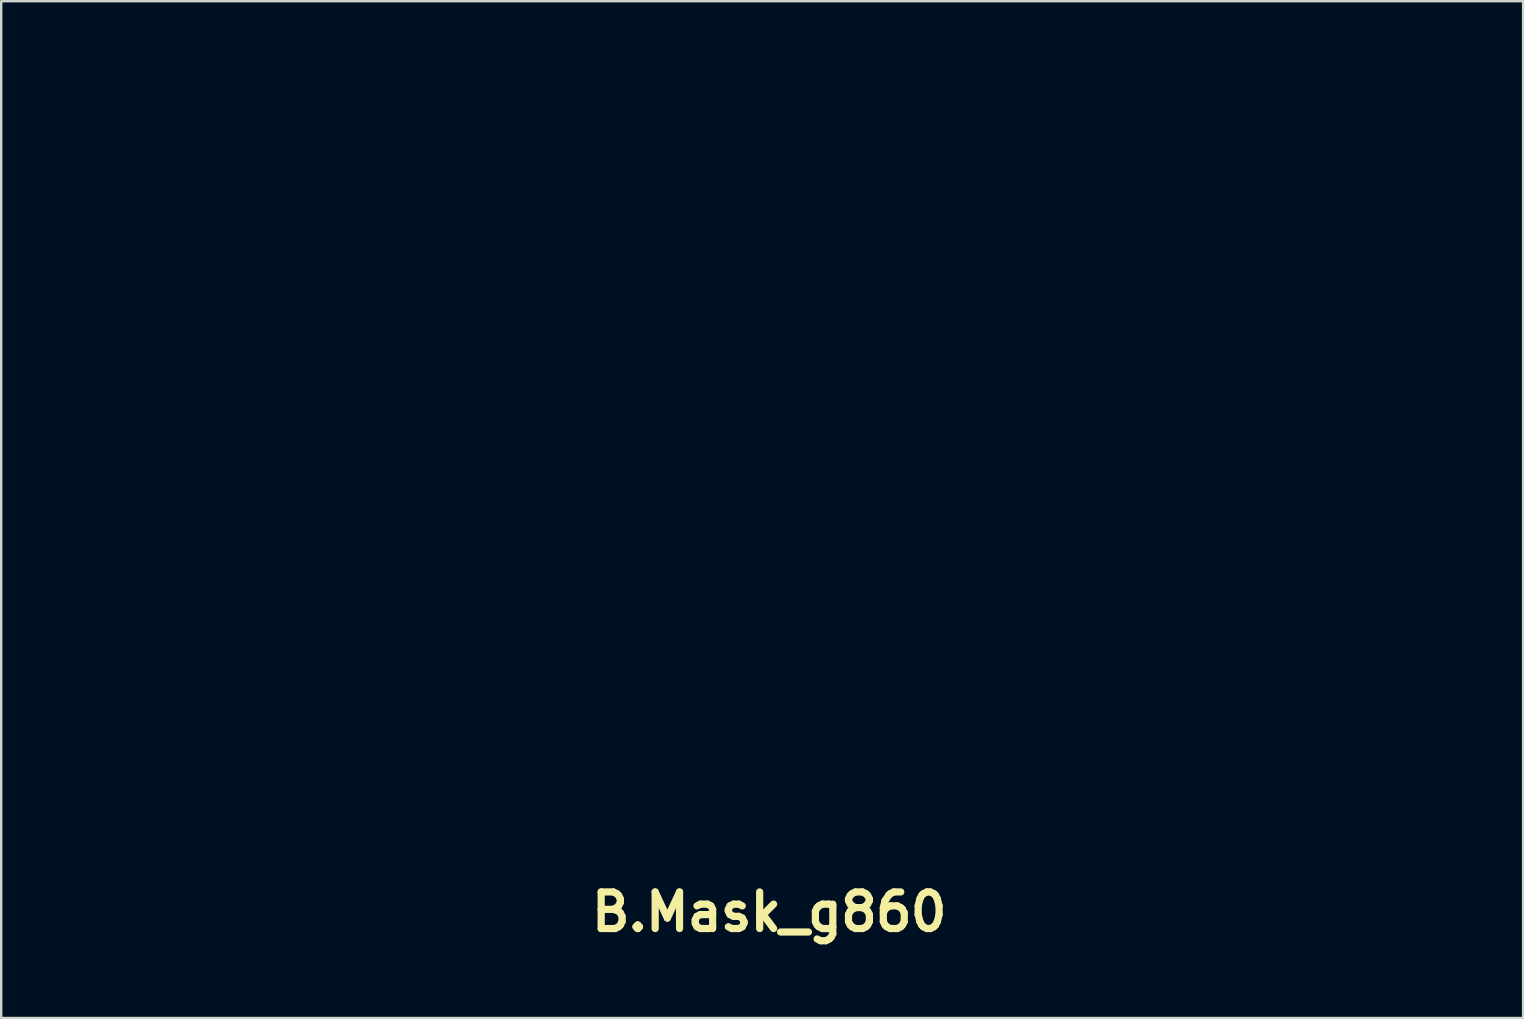
<source format=kicad_pcb>
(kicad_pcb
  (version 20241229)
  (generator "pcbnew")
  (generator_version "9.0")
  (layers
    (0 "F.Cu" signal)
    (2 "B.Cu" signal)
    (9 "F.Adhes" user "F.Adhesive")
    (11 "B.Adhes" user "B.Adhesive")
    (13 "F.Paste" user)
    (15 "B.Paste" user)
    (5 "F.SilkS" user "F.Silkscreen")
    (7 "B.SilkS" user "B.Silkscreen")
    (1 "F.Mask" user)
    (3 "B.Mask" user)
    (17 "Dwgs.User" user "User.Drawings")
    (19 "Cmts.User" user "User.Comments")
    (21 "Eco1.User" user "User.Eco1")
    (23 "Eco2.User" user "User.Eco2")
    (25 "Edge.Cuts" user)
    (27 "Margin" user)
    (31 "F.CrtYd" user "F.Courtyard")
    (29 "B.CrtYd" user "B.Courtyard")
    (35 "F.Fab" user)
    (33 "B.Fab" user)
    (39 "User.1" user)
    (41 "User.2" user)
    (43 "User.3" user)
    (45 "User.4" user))
  (footprint "B.Mask_g860"
    (layer "F.Cu")
    (at 29.002 34.949)
    (property "Reference" "B.Mask_g860" (at 0 0 0) (layer "F.SilkS") (effects (font (size 1.524 1.524) (thickness 0.3))))
    (attr through_hole)
    (fp_poly (pts (xy -8.072 -34.923) (xy -8.054 -34.864) (xy -8.025 -34.77) (xy -7.987 -34.644) (xy -7.939 -34.487) (xy -7.884 -34.303) (xy -7.821 -34.095) (xy -7.752 -33.865) (xy -7.677 -33.616) (xy -7.598 -33.351) (xy -7.514 -33.071) (xy -7.441 -32.83) (xy -7.355 -32.541) (xy -7.272 -32.264) (xy -7.193 -32.001) (xy -7.119 -31.755) (xy -7.051 -31.529) (xy -6.99 -31.325) (xy -6.936 -31.146) (xy -6.89 -30.994) (xy -6.854 -30.873) (xy -6.827 -30.785) (xy -6.811 -30.732) (xy -6.806 -30.718) (xy -6.785 -30.722) (xy -6.727 -30.738) (xy -6.635 -30.763) (xy -6.512 -30.796) (xy -6.362 -30.838) (xy -6.187 -30.886) (xy -5.991 -30.94) (xy -5.778 -30.999) (xy -5.55 -31.062) (xy -5.311 -31.129) (xy -5.064 -31.197) (xy -4.813 -31.267) (xy -4.561 -31.337) (xy -4.31 -31.407) (xy -4.065 -31.475) (xy -3.829 -31.541) (xy -3.605 -31.604) (xy -3.396 -31.662) (xy -3.206 -31.716) (xy -3.037 -31.763) (xy -2.894 -31.804) (xy -2.779 -31.836) (xy -2.696 -31.86) (xy -2.648 -31.874) (xy -2.641 -31.877) (xy -2.599 -31.886) (xy -2.582 -31.881) (xy -2.596 -31.864) (xy -2.637 -31.817) (xy -2.703 -31.744) (xy -2.793 -31.646) (xy -2.903 -31.525) (xy -3.033 -31.383) (xy -3.181 -31.223) (xy -3.344 -31.045) (xy -3.521 -30.853) (xy -3.71 -30.648) (xy -3.909 -30.433) (xy -4.109 -30.217) (xy -5.635 -28.569) (xy -3.955 -26.887) (xy -3.688 -26.619) (xy -3.449 -26.379) (xy -3.238 -26.167) (xy -3.052 -25.98) (xy -2.892 -25.817) (xy -2.755 -25.677) (xy -2.639 -25.559) (xy -2.545 -25.461) (xy -2.469 -25.382) (xy -2.412 -25.319) (xy -2.372 -25.273) (xy -2.346 -25.241) (xy -2.335 -25.223) (xy -2.336 -25.216) (xy -2.339 -25.216) (xy -2.367 -25.224) (xy -2.434 -25.242) (xy -2.536 -25.271) (xy -2.67 -25.309) (xy -2.834 -25.356) (xy -3.025 -25.411) (xy -3.24 -25.473) (xy -3.477 -25.542) (xy -3.732 -25.616) (xy -4.004 -25.695) (xy -4.289 -25.777) (xy -4.585 -25.864) (xy -4.593 -25.866) (xy -4.889 -25.952) (xy -5.174 -26.035) (xy -5.446 -26.114) (xy -5.701 -26.188) (xy -5.938 -26.256) (xy -6.153 -26.318) (xy -6.343 -26.373) (xy -6.507 -26.421) (xy -6.641 -26.459) (xy -6.742 -26.488) (xy -6.808 -26.506) (xy -6.837 -26.514) (xy -6.837 -26.514) (xy -6.89 -26.524) (xy -7.459 -24.253) (xy -7.535 -23.951) (xy -7.608 -23.66) (xy -7.678 -23.384) (xy -7.743 -23.124) (xy -7.804 -22.884) (xy -7.86 -22.665) (xy -7.91 -22.471) (xy -7.953 -22.305) (xy -7.988 -22.169) (xy -8.015 -22.065) (xy -8.034 -21.996) (xy -8.043 -21.966) (xy -8.044 -21.964) (xy -8.06 -21.968) (xy -8.072 -21.996) (xy -8.085 -22.043) (xy -8.108 -22.126) (xy -8.14 -22.241) (xy -8.18 -22.386) (xy -8.227 -22.555) (xy -8.281 -22.748) (xy -8.341 -22.96) (xy -8.405 -23.188) (xy -8.473 -23.43) (xy -8.543 -23.681) (xy -8.616 -23.939) (xy -8.689 -24.201) (xy -8.763 -24.463) (xy -8.836 -24.723) (xy -8.908 -24.976) (xy -8.977 -25.221) (xy -9.042 -25.453) (xy -9.104 -25.67) (xy -9.16 -25.868) (xy -9.21 -26.044) (xy -9.253 -26.196) (xy -9.288 -26.319) (xy -9.314 -26.411) (xy -9.331 -26.469) (xy -9.337 -26.489) (xy -9.358 -26.484) (xy -9.417 -26.47) (xy -9.512 -26.445) (xy -9.64 -26.412) (xy -9.797 -26.371) (xy -9.983 -26.322) (xy -10.193 -26.266) (xy -10.425 -26.204) (xy -10.676 -26.136) (xy -10.944 -26.064) (xy -11.226 -25.988) (xy -11.492 -25.917) (xy -11.784 -25.838) (xy -12.065 -25.762) (xy -12.332 -25.69) (xy -12.582 -25.624) (xy -12.812 -25.562) (xy -13.02 -25.507) (xy -13.202 -25.459) (xy -13.358 -25.418) (xy -13.482 -25.386) (xy -13.574 -25.362) (xy -13.63 -25.349) (xy -13.647 -25.345) (xy -13.634 -25.361) (xy -13.593 -25.405) (xy -13.527 -25.474) (xy -13.438 -25.567) (xy -13.328 -25.68) (xy -13.199 -25.812) (xy -13.054 -25.96) (xy -12.895 -26.122) (xy -12.724 -26.295) (xy -12.543 -26.478) (xy -12.497 -26.525) (xy -12.301 -26.723) (xy -12.104 -26.922) (xy -11.91 -27.118) (xy -11.722 -27.308) (xy -11.544 -27.488) (xy -11.379 -27.655) (xy -11.23 -27.805) (xy -11.101 -27.935) (xy -10.996 -28.041) (xy -10.928 -28.11) (xy -10.519 -28.523) (xy -12.065 -30.131) (xy -12.275 -30.35) (xy -12.476 -30.56) (xy -12.667 -30.759) (xy -12.845 -30.946) (xy -13.009 -31.118) (xy -13.157 -31.274) (xy -13.286 -31.41) (xy -13.395 -31.526) (xy -13.483 -31.62) (xy -13.546 -31.689) (xy -13.584 -31.731) (xy -13.594 -31.745) (xy -13.573 -31.74) (xy -13.513 -31.727) (xy -13.419 -31.704) (xy -13.294 -31.674) (xy -13.141 -31.637) (xy -12.963 -31.594) (xy -12.764 -31.546) (xy -12.546 -31.493) (xy -12.314 -31.436) (xy -12.07 -31.377) (xy -11.818 -31.315) (xy -11.561 -31.252) (xy -11.302 -31.189) (xy -11.045 -31.126) (xy -10.793 -31.064) (xy -10.548 -31.004) (xy -10.316 -30.947) (xy -10.097 -30.893) (xy -9.897 -30.843) (xy -9.718 -30.799) (xy -9.564 -30.761) (xy -9.438 -30.729) (xy -9.342 -30.705) (xy -9.281 -30.689) (xy -9.259 -30.683) (xy -9.25 -30.702) (xy -9.23 -30.76) (xy -9.201 -30.856) (xy -9.163 -30.989) (xy -9.115 -31.157) (xy -9.059 -31.359) (xy -8.995 -31.593) (xy -8.923 -31.858) (xy -8.844 -32.151) (xy -8.758 -32.473) (xy -8.67 -32.805) (xy -8.592 -33.097) (xy -8.517 -33.377) (xy -8.446 -33.643) (xy -8.38 -33.891) (xy -8.319 -34.12) (xy -8.263 -34.327) (xy -8.214 -34.508) (xy -8.173 -34.662) (xy -8.139 -34.785) (xy -8.115 -34.875) (xy -8.099 -34.929) (xy -8.094 -34.944) (xy -8.079 -34.944) (xy -8.072 -34.923)) (stroke (width 0.01) (type solid)) (fill yes) (layer "B.Mask"))
    (fp_poly (pts (xy 22.632 -34.934) (xy 22.64 -34.911) (xy 22.659 -34.851) (xy 22.688 -34.755) (xy 22.727 -34.627) (xy 22.775 -34.47) (xy 22.831 -34.285) (xy 22.895 -34.076) (xy 22.964 -33.845) (xy 23.04 -33.595) (xy 23.12 -33.33) (xy 23.204 -33.05) (xy 23.273 -32.819) (xy 23.36 -32.531) (xy 23.443 -32.255) (xy 23.521 -31.993) (xy 23.595 -31.748) (xy 23.663 -31.522) (xy 23.724 -31.319) (xy 23.778 -31.141) (xy 23.824 -30.99) (xy 23.86 -30.87) (xy 23.887 -30.783) (xy 23.903 -30.731) (xy 23.907 -30.718) (xy 23.928 -30.722) (xy 23.986 -30.738) (xy 24.078 -30.763) (xy 24.201 -30.796) (xy 24.351 -30.838) (xy 24.526 -30.886) (xy 24.722 -30.94) (xy 24.935 -30.999) (xy 25.163 -31.062) (xy 25.402 -31.129) (xy 25.649 -31.197) (xy 25.9 -31.267) (xy 26.152 -31.337) (xy 26.402 -31.407) (xy 26.647 -31.475) (xy 26.884 -31.541) (xy 27.108 -31.604) (xy 27.317 -31.663) (xy 27.507 -31.716) (xy 27.675 -31.763) (xy 27.819 -31.804) (xy 27.934 -31.836) (xy 28.017 -31.86) (xy 28.064 -31.874) (xy 28.072 -31.877) (xy 28.113 -31.886) (xy 28.131 -31.881) (xy 28.116 -31.864) (xy 28.075 -31.818) (xy 28.009 -31.745) (xy 27.92 -31.646) (xy 27.81 -31.525) (xy 27.68 -31.384) (xy 27.532 -31.223) (xy 27.369 -31.046) (xy 27.192 -30.854) (xy 27.003 -30.649) (xy 26.804 -30.434) (xy 26.604 -30.218) (xy 25.077 -28.57) (xy 26.757 -26.89) (xy 26.978 -26.668) (xy 27.19 -26.455) (xy 27.392 -26.253) (xy 27.58 -26.063) (xy 27.754 -25.887) (xy 27.911 -25.727) (xy 28.05 -25.585) (xy 28.169 -25.463) (xy 28.266 -25.363) (xy 28.339 -25.286) (xy 28.386 -25.235) (xy 28.406 -25.211) (xy 28.406 -25.209) (xy 28.382 -25.215) (xy 28.32 -25.232) (xy 28.223 -25.259) (xy 28.093 -25.296) (xy 27.932 -25.342) (xy 27.744 -25.396) (xy 27.532 -25.457) (xy 27.297 -25.525) (xy 27.042 -25.598) (xy 26.771 -25.677) (xy 26.485 -25.76) (xy 26.187 -25.846) (xy 26.12 -25.866) (xy 25.82 -25.953) (xy 25.532 -26.036) (xy 25.257 -26.116) (xy 25 -26.191) (xy 24.761 -26.26) (xy 24.544 -26.322) (xy 24.351 -26.378) (xy 24.186 -26.425) (xy 24.05 -26.464) (xy 23.946 -26.494) (xy 23.877 -26.513) (xy 23.845 -26.522) (xy 23.843 -26.522) (xy 23.836 -26.502) (xy 23.818 -26.443) (xy 23.792 -26.349) (xy 23.758 -26.221) (xy 23.716 -26.063) (xy 23.667 -25.877) (xy 23.612 -25.665) (xy 23.552 -25.43) (xy 23.487 -25.176) (xy 23.418 -24.904) (xy 23.345 -24.617) (xy 23.27 -24.317) (xy 23.253 -24.252) (xy 23.177 -23.95) (xy 23.104 -23.659) (xy 23.034 -23.383) (xy 22.969 -23.123) (xy 22.908 -22.883) (xy 22.852 -22.665) (xy 22.802 -22.471) (xy 22.76 -22.305) (xy 22.724 -22.168) (xy 22.697 -22.065) (xy 22.679 -21.996) (xy 22.67 -21.966) (xy 22.669 -21.964) (xy 22.659 -21.979) (xy 22.64 -22.029) (xy 22.614 -22.109) (xy 22.581 -22.213) (xy 22.545 -22.337) (xy 22.522 -22.419) (xy 22.495 -22.513) (xy 22.459 -22.643) (xy 22.413 -22.806) (xy 22.36 -22.997) (xy 22.299 -23.214) (xy 22.232 -23.45) (xy 22.161 -23.704) (xy 22.087 -23.97) (xy 22.01 -24.245) (xy 21.932 -24.524) (xy 21.886 -24.687) (xy 21.811 -24.954) (xy 21.739 -25.209) (xy 21.672 -25.449) (xy 21.609 -25.672) (xy 21.552 -25.874) (xy 21.501 -26.052) (xy 21.458 -26.204) (xy 21.423 -26.327) (xy 21.397 -26.417) (xy 21.381 -26.472) (xy 21.375 -26.489) (xy 21.354 -26.485) (xy 21.295 -26.47) (xy 21.2 -26.446) (xy 21.073 -26.412) (xy 20.915 -26.371) (xy 20.73 -26.322) (xy 20.52 -26.266) (xy 20.288 -26.204) (xy 20.037 -26.136) (xy 19.769 -26.064) (xy 19.487 -25.988) (xy 19.221 -25.917) (xy 18.928 -25.838) (xy 18.647 -25.762) (xy 18.381 -25.69) (xy 18.131 -25.624) (xy 17.901 -25.562) (xy 17.693 -25.507) (xy 17.51 -25.459) (xy 17.355 -25.418) (xy 17.23 -25.386) (xy 17.139 -25.363) (xy 17.083 -25.349) (xy 17.065 -25.346) (xy 17.078 -25.362) (xy 17.119 -25.406) (xy 17.185 -25.475) (xy 17.274 -25.567) (xy 17.383 -25.68) (xy 17.512 -25.811) (xy 17.656 -25.958) (xy 17.814 -26.119) (xy 17.984 -26.292) (xy 18.164 -26.473) (xy 18.184 -26.494) (xy 18.379 -26.691) (xy 18.576 -26.889) (xy 18.77 -27.086) (xy 18.96 -27.277) (xy 19.14 -27.459) (xy 19.307 -27.628) (xy 19.458 -27.781) (xy 19.589 -27.913) (xy 19.697 -28.021) (xy 19.753 -28.078) (xy 20.194 -28.523) (xy 18.649 -30.13) (xy 18.439 -30.349) (xy 18.237 -30.559) (xy 18.046 -30.758) (xy 17.867 -30.945) (xy 17.703 -31.117) (xy 17.555 -31.273) (xy 17.425 -31.41) (xy 17.314 -31.526) (xy 17.226 -31.62) (xy 17.162 -31.689) (xy 17.123 -31.731) (xy 17.112 -31.745) (xy 17.133 -31.741) (xy 17.191 -31.728) (xy 17.285 -31.706) (xy 17.409 -31.676) (xy 17.562 -31.639) (xy 17.739 -31.596) (xy 17.938 -31.548) (xy 18.155 -31.496) (xy 18.386 -31.439) (xy 18.63 -31.38) (xy 18.882 -31.318) (xy 19.139 -31.255) (xy 19.397 -31.192) (xy 19.655 -31.129) (xy 19.907 -31.067) (xy 20.152 -31.007) (xy 20.385 -30.949) (xy 20.604 -30.895) (xy 20.805 -30.845) (xy 20.985 -30.801) (xy 21.141 -30.762) (xy 21.269 -30.73) (xy 21.366 -30.705) (xy 21.37 -30.704) (xy 21.477 -30.676) (xy 22.034 -32.774) (xy 22.111 -33.064) (xy 22.185 -33.344) (xy 22.256 -33.609) (xy 22.322 -33.857) (xy 22.383 -34.086) (xy 22.438 -34.293) (xy 22.487 -34.475) (xy 22.528 -34.629) (xy 22.562 -34.753) (xy 22.586 -34.843) (xy 22.601 -34.898) (xy 22.606 -34.913) (xy 22.622 -34.937) (xy 22.632 -34.934)) (stroke (width 0.01) (type solid)) (fill yes) (layer "B.Mask"))
    (fp_poly (pts (xy -23.437 -34.925) (xy -23.417 -34.886) (xy -23.402 -34.841) (xy -23.352 -34.672) (xy -23.294 -34.48) (xy -23.231 -34.268) (xy -23.163 -34.04) (xy -23.09 -33.799) (xy -23.015 -33.548) (xy -22.938 -33.291) (xy -22.859 -33.029) (xy -22.78 -32.767) (xy -22.702 -32.508) (xy -22.625 -32.255) (xy -22.551 -32.01) (xy -22.481 -31.778) (xy -22.415 -31.561) (xy -22.355 -31.362) (xy -22.301 -31.185) (xy -22.255 -31.033) (xy -22.217 -30.909) (xy -22.188 -30.816) (xy -22.17 -30.758) (xy -22.163 -30.736) (xy -22.14 -30.738) (xy -22.076 -30.751) (xy -21.973 -30.776) (xy -21.829 -30.813) (xy -21.645 -30.862) (xy -21.421 -30.922) (xy -21.158 -30.994) (xy -20.855 -31.077) (xy -20.514 -31.172) (xy -20.133 -31.278) (xy -20.044 -31.303) (xy -19.754 -31.384) (xy -19.477 -31.462) (xy -19.213 -31.535) (xy -18.967 -31.604) (xy -18.74 -31.667) (xy -18.536 -31.723) (xy -18.357 -31.772) (xy -18.206 -31.814) (xy -18.085 -31.847) (xy -17.997 -31.87) (xy -17.945 -31.884) (xy -17.932 -31.887) (xy -17.945 -31.871) (xy -17.985 -31.825) (xy -18.05 -31.753) (xy -18.138 -31.656) (xy -18.248 -31.536) (xy -18.377 -31.396) (xy -18.524 -31.236) (xy -18.687 -31.059) (xy -18.864 -30.867) (xy -19.052 -30.663) (xy -19.251 -30.448) (xy -19.459 -30.224) (xy -19.46 -30.222) (xy -20.996 -28.564) (xy -19.319 -26.885) (xy -19.031 -26.596) (xy -18.773 -26.336) (xy -18.544 -26.105) (xy -18.343 -25.902) (xy -18.17 -25.726) (xy -18.025 -25.577) (xy -17.907 -25.455) (xy -17.815 -25.358) (xy -17.75 -25.286) (xy -17.709 -25.24) (xy -17.694 -25.217) (xy -17.695 -25.214) (xy -17.722 -25.222) (xy -17.787 -25.24) (xy -17.888 -25.268) (xy -18.021 -25.306) (xy -18.183 -25.353) (xy -18.374 -25.408) (xy -18.588 -25.47) (xy -18.825 -25.539) (xy -19.081 -25.613) (xy -19.353 -25.692) (xy -19.64 -25.775) (xy -19.937 -25.862) (xy -19.987 -25.876) (xy -20.285 -25.963) (xy -20.572 -26.046) (xy -20.844 -26.125) (xy -21.101 -26.199) (xy -21.337 -26.267) (xy -21.552 -26.328) (xy -21.743 -26.382) (xy -21.906 -26.428) (xy -22.039 -26.465) (xy -22.141 -26.493) (xy -22.207 -26.51) (xy -22.236 -26.517) (xy -22.237 -26.517) (xy -22.244 -26.495) (xy -22.26 -26.435) (xy -22.285 -26.339) (xy -22.318 -26.21) (xy -22.359 -26.051) (xy -22.407 -25.863) (xy -22.462 -25.65) (xy -22.521 -25.415) (xy -22.586 -25.159) (xy -22.655 -24.887) (xy -22.728 -24.599) (xy -22.803 -24.299) (xy -22.819 -24.234) (xy -22.895 -23.932) (xy -22.968 -23.642) (xy -23.038 -23.366) (xy -23.103 -23.107) (xy -23.164 -22.867) (xy -23.219 -22.65) (xy -23.268 -22.457) (xy -23.31 -22.292) (xy -23.345 -22.156) (xy -23.372 -22.053) (xy -23.389 -21.986) (xy -23.398 -21.956) (xy -23.398 -21.955) (xy -23.414 -21.961) (xy -23.416 -21.964) (xy -23.423 -21.987) (xy -23.44 -22.047) (xy -23.468 -22.143) (xy -23.504 -22.272) (xy -23.549 -22.431) (xy -23.602 -22.618) (xy -23.662 -22.83) (xy -23.728 -23.064) (xy -23.799 -23.318) (xy -23.875 -23.589) (xy -23.955 -23.875) (xy -24.038 -24.173) (xy -24.056 -24.236) (xy -24.14 -24.535) (xy -24.22 -24.823) (xy -24.297 -25.097) (xy -24.369 -25.354) (xy -24.435 -25.592) (xy -24.496 -25.807) (xy -24.549 -25.998) (xy -24.595 -26.162) (xy -24.633 -26.296) (xy -24.662 -26.398) (xy -24.681 -26.465) (xy -24.689 -26.494) (xy -24.689 -26.495) (xy -24.71 -26.49) (xy -24.769 -26.475) (xy -24.863 -26.45) (xy -24.99 -26.416) (xy -25.147 -26.374) (xy -25.332 -26.325) (xy -25.541 -26.269) (xy -25.773 -26.207) (xy -26.024 -26.139) (xy -26.292 -26.067) (xy -26.574 -25.991) (xy -26.84 -25.919) (xy -27.132 -25.84) (xy -27.413 -25.764) (xy -27.68 -25.693) (xy -27.93 -25.626) (xy -28.16 -25.565) (xy -28.368 -25.51) (xy -28.551 -25.461) (xy -28.706 -25.421) (xy -28.831 -25.389) (xy -28.923 -25.365) (xy -28.979 -25.352) (xy -28.997 -25.349) (xy -28.984 -25.366) (xy -28.945 -25.409) (xy -28.882 -25.477) (xy -28.797 -25.565) (xy -28.694 -25.671) (xy -28.576 -25.792) (xy -28.446 -25.925) (xy -28.331 -26.041) (xy -28.181 -26.192) (xy -28.007 -26.368) (xy -27.815 -26.561) (xy -27.611 -26.766) (xy -27.402 -26.977) (xy -27.192 -27.188) (xy -26.989 -27.393) (xy -26.798 -27.586) (xy -26.762 -27.622) (xy -25.869 -28.522) (xy -27.415 -30.127) (xy -27.625 -30.345) (xy -27.827 -30.555) (xy -28.018 -30.754) (xy -28.197 -30.941) (xy -28.361 -31.113) (xy -28.509 -31.269) (xy -28.639 -31.406) (xy -28.749 -31.522) (xy -28.837 -31.616) (xy -28.901 -31.685) (xy -28.939 -31.728) (xy -28.95 -31.741) (xy -28.929 -31.738) (xy -28.869 -31.725) (xy -28.774 -31.703) (xy -28.645 -31.672) (xy -28.486 -31.635) (xy -28.3 -31.59) (xy -28.089 -31.539) (xy -27.856 -31.482) (xy -27.603 -31.42) (xy -27.334 -31.354) (xy -27.05 -31.284) (xy -26.795 -31.222) (xy -26.501 -31.149) (xy -26.219 -31.079) (xy -25.95 -31.013) (xy -25.698 -30.952) (xy -25.466 -30.895) (xy -25.256 -30.844) (xy -25.071 -30.799) (xy -24.914 -30.761) (xy -24.787 -30.731) (xy -24.694 -30.709) (xy -24.636 -30.696) (xy -24.618 -30.692) (xy -24.61 -30.7) (xy -24.598 -30.727) (xy -24.581 -30.774) (xy -24.56 -30.842) (xy -24.532 -30.934) (xy -24.498 -31.052) (xy -24.457 -31.198) (xy -24.409 -31.373) (xy -24.353 -31.579) (xy -24.288 -31.819) (xy -24.215 -32.093) (xy -24.132 -32.405) (xy -24.039 -32.755) (xy -24.026 -32.803) (xy -23.949 -33.094) (xy -23.875 -33.373) (xy -23.804 -33.638) (xy -23.738 -33.886) (xy -23.677 -34.114) (xy -23.621 -34.32) (xy -23.572 -34.501) (xy -23.53 -34.654) (xy -23.497 -34.776) (xy -23.472 -34.865) (xy -23.456 -34.918) (xy -23.451 -34.933) (xy -23.437 -34.925)) (stroke (width 0.01) (type solid)) (fill yes) (layer "B.Mask"))
    (fp_poly (pts (xy 7.276 -34.925) (xy 7.296 -34.886) (xy 7.309 -34.848) (xy 7.383 -34.6) (xy 7.461 -34.338) (xy 7.542 -34.067) (xy 7.625 -33.788) (xy 7.71 -33.505) (xy 7.795 -33.221) (xy 7.88 -32.939) (xy 7.964 -32.661) (xy 8.045 -32.39) (xy 8.123 -32.13) (xy 8.198 -31.883) (xy 8.268 -31.652) (xy 8.332 -31.44) (xy 8.389 -31.25) (xy 8.44 -31.085) (xy 8.482 -30.948) (xy 8.514 -30.842) (xy 8.537 -30.769) (xy 8.549 -30.733) (xy 8.55 -30.729) (xy 8.572 -30.732) (xy 8.632 -30.747) (xy 8.727 -30.771) (xy 8.855 -30.804) (xy 9.012 -30.847) (xy 9.197 -30.896) (xy 9.407 -30.953) (xy 9.638 -31.017) (xy 9.888 -31.086) (xy 10.155 -31.16) (xy 10.435 -31.238) (xy 10.669 -31.303) (xy 10.958 -31.384) (xy 11.236 -31.462) (xy 11.499 -31.535) (xy 11.746 -31.604) (xy 11.972 -31.667) (xy 12.177 -31.723) (xy 12.356 -31.772) (xy 12.507 -31.814) (xy 12.628 -31.847) (xy 12.716 -31.87) (xy 12.767 -31.884) (xy 12.781 -31.887) (xy 12.768 -31.871) (xy 12.728 -31.826) (xy 12.663 -31.754) (xy 12.574 -31.657) (xy 12.465 -31.537) (xy 12.335 -31.396) (xy 12.188 -31.236) (xy 12.026 -31.059) (xy 11.849 -30.868) (xy 11.66 -30.663) (xy 11.461 -30.448) (xy 11.254 -30.224) (xy 11.252 -30.223) (xy 9.716 -28.564) (xy 11.393 -26.885) (xy 11.681 -26.596) (xy 11.939 -26.337) (xy 12.168 -26.106) (xy 12.369 -25.903) (xy 12.542 -25.727) (xy 12.687 -25.578) (xy 12.805 -25.456) (xy 12.896 -25.359) (xy 12.962 -25.287) (xy 13.003 -25.24) (xy 13.019 -25.217) (xy 13.018 -25.214) (xy 12.99 -25.222) (xy 12.925 -25.24) (xy 12.825 -25.268) (xy 12.692 -25.306) (xy 12.529 -25.353) (xy 12.339 -25.408) (xy 12.124 -25.47) (xy 11.888 -25.538) (xy 11.632 -25.613) (xy 11.359 -25.692) (xy 11.073 -25.775) (xy 10.775 -25.861) (xy 10.726 -25.876) (xy 10.428 -25.963) (xy 10.141 -26.046) (xy 9.868 -26.125) (xy 9.612 -26.198) (xy 9.375 -26.266) (xy 9.16 -26.328) (xy 8.97 -26.382) (xy 8.807 -26.428) (xy 8.673 -26.465) (xy 8.572 -26.493) (xy 8.505 -26.51) (xy 8.476 -26.516) (xy 8.475 -26.516) (xy 8.469 -26.495) (xy 8.452 -26.435) (xy 8.427 -26.339) (xy 8.394 -26.21) (xy 8.353 -26.05) (xy 8.305 -25.863) (xy 8.25 -25.65) (xy 8.191 -25.415) (xy 8.126 -25.16) (xy 8.057 -24.888) (xy 7.984 -24.601) (xy 7.909 -24.302) (xy 7.896 -24.25) (xy 7.82 -23.949) (xy 7.747 -23.659) (xy 7.678 -23.383) (xy 7.612 -23.124) (xy 7.552 -22.884) (xy 7.497 -22.666) (xy 7.448 -22.473) (xy 7.406 -22.307) (xy 7.371 -22.171) (xy 7.345 -22.068) (xy 7.328 -22) (xy 7.32 -21.97) (xy 7.319 -21.969) (xy 7.305 -21.955) (xy 7.299 -21.961) (xy 7.291 -21.984) (xy 7.274 -22.045) (xy 7.246 -22.141) (xy 7.209 -22.271) (xy 7.164 -22.43) (xy 7.111 -22.617) (xy 7.051 -22.829) (xy 6.985 -23.064) (xy 6.914 -23.318) (xy 6.837 -23.59) (xy 6.757 -23.876) (xy 6.674 -24.173) (xy 6.656 -24.236) (xy 6.573 -24.535) (xy 6.492 -24.823) (xy 6.415 -25.097) (xy 6.343 -25.354) (xy 6.277 -25.592) (xy 6.216 -25.807) (xy 6.163 -25.998) (xy 6.117 -26.162) (xy 6.079 -26.296) (xy 6.051 -26.398) (xy 6.032 -26.465) (xy 6.023 -26.494) (xy 6.023 -26.495) (xy 6.003 -26.49) (xy 5.944 -26.475) (xy 5.85 -26.45) (xy 5.723 -26.416) (xy 5.566 -26.374) (xy 5.381 -26.325) (xy 5.172 -26.269) (xy 4.94 -26.207) (xy 4.689 -26.139) (xy 4.421 -26.067) (xy 4.139 -25.991) (xy 3.873 -25.919) (xy 3.581 -25.84) (xy 3.3 -25.764) (xy 3.033 -25.693) (xy 2.783 -25.626) (xy 2.553 -25.565) (xy 2.345 -25.51) (xy 2.162 -25.461) (xy 2.007 -25.421) (xy 1.882 -25.389) (xy 1.79 -25.365) (xy 1.734 -25.352) (xy 1.716 -25.349) (xy 1.717 -25.352) (xy 1.722 -25.36) (xy 1.733 -25.374) (xy 1.751 -25.395) (xy 1.779 -25.424) (xy 1.816 -25.464) (xy 1.866 -25.515) (xy 1.928 -25.579) (xy 2.005 -25.657) (xy 2.097 -25.752) (xy 2.207 -25.863) (xy 2.335 -25.993) (xy 2.483 -26.142) (xy 2.652 -26.313) (xy 2.844 -26.507) (xy 3.06 -26.725) (xy 3.302 -26.969) (xy 3.57 -27.239) (xy 3.867 -27.538) (xy 3.919 -27.591) (xy 4.844 -28.522) (xy 4.027 -29.369) (xy 3.718 -29.689) (xy 3.438 -29.98) (xy 3.184 -30.243) (xy 2.956 -30.479) (xy 2.753 -30.691) (xy 2.573 -30.878) (xy 2.414 -31.043) (xy 2.277 -31.187) (xy 2.159 -31.311) (xy 2.058 -31.416) (xy 1.975 -31.503) (xy 1.908 -31.575) (xy 1.855 -31.632) (xy 1.815 -31.675) (xy 1.787 -31.707) (xy 1.77 -31.727) (xy 1.762 -31.738) (xy 1.762 -31.741) (xy 1.783 -31.737) (xy 1.843 -31.724) (xy 1.939 -31.702) (xy 2.067 -31.672) (xy 2.226 -31.634) (xy 2.413 -31.589) (xy 2.624 -31.538) (xy 2.857 -31.482) (xy 3.11 -31.42) (xy 3.38 -31.354) (xy 3.663 -31.284) (xy 3.925 -31.22) (xy 4.219 -31.147) (xy 4.502 -31.078) (xy 4.77 -31.012) (xy 5.022 -30.951) (xy 5.255 -30.895) (xy 5.465 -30.844) (xy 5.65 -30.8) (xy 5.807 -30.763) (xy 5.934 -30.734) (xy 6.027 -30.713) (xy 6.085 -30.701) (xy 6.103 -30.698) (xy 6.112 -30.72) (xy 6.131 -30.779) (xy 6.16 -30.875) (xy 6.197 -31.004) (xy 6.242 -31.164) (xy 6.294 -31.353) (xy 6.353 -31.567) (xy 6.417 -31.804) (xy 6.487 -32.061) (xy 6.561 -32.337) (xy 6.639 -32.629) (xy 6.687 -32.811) (xy 6.764 -33.101) (xy 6.838 -33.38) (xy 6.909 -33.644) (xy 6.975 -33.892) (xy 7.037 -34.119) (xy 7.092 -34.325) (xy 7.141 -34.505) (xy 7.183 -34.657) (xy 7.216 -34.779) (xy 7.241 -34.867) (xy 7.257 -34.919) (xy 7.262 -34.933) (xy 7.276 -34.925)) (stroke (width 0.01) (type solid)) (fill yes) (layer "B.Mask")))
  (gr_rect
    (start -3 -3)
    (end 60.413 39.367)
    (stroke (width 0.1) (type default))
    (fill no)
    (layer "Edge.Cuts")))
</source>
